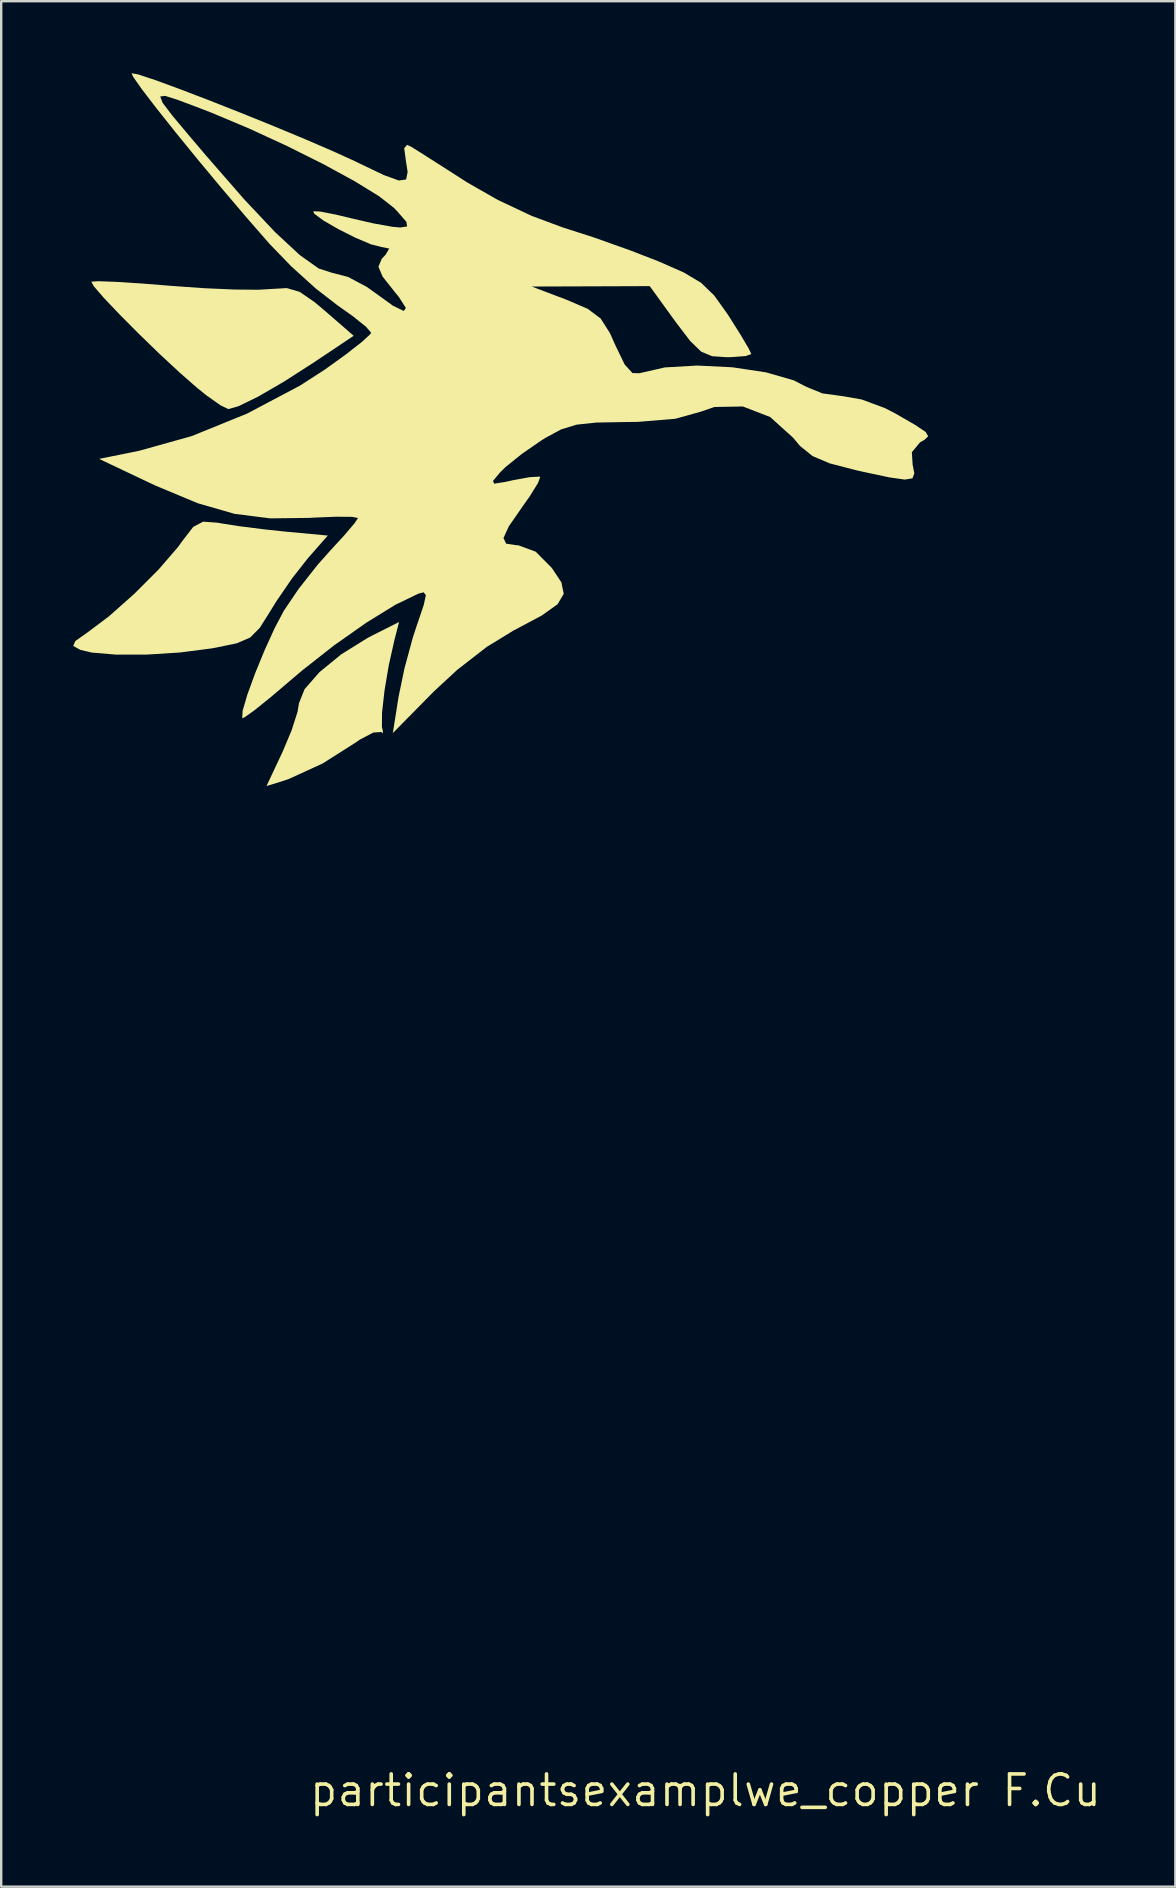
<source format=kicad_pcb>
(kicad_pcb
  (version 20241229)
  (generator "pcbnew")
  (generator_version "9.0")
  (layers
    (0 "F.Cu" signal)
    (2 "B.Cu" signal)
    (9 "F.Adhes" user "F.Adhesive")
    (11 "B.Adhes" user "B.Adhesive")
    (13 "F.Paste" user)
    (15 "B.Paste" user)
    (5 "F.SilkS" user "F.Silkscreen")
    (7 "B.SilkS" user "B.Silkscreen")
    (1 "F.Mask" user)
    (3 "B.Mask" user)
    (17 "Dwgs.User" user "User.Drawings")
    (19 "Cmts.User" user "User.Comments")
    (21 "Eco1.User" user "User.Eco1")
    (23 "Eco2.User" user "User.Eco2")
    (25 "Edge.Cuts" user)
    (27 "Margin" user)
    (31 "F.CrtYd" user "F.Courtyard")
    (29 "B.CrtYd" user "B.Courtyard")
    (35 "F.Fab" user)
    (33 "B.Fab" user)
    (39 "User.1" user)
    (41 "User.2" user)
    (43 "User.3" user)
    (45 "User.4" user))
  (footprint "participantsexamplwe_copper F.Cu"
    (layer "F.Cu")
    (at 26.342 71.549)
    (property "Reference" "participantsexamplwe_copper F.Cu" (at 0 0 0) (layer "F.SilkS") (effects (font (size 1.27 1.27) (thickness 0.15))))
    (attr board_only exclude_from_pos_files exclude_from_bom)
    (fp_poly (pts (xy -12.962 -47.919) (xy -13.195 -46.877) (xy -13.372 -45.825) (xy -13.474 -44.919) (xy -13.481 -44.313) (xy -13.447 -44.18) (xy -13.435 -44.046) (xy -13.509 -44.101) (xy -13.841 -44.077) (xy -14.402 -43.782) (xy -14.577 -43.66) (xy -15.952 -42.788) (xy -17.36 -42.143) (xy -17.68 -42.036) (xy -18.289 -41.85) (xy -17.614 -43.285) (xy -17.242 -44.172) (xy -16.995 -44.942) (xy -16.936 -45.3) (xy -16.703 -45.884) (xy -16.08 -46.597) (xy -15.17 -47.34) (xy -14.081 -48.018) (xy -13.886 -48.12) (xy -12.765 -48.685)) (stroke (width 0) (type solid)) (fill yes) (layer "F.SilkS"))
    (fp_poly (pts (xy -24.56 -62.856) (xy -23.508 -62.789) (xy -22.291 -62.692) (xy -20.918 -62.593) (xy -19.645 -62.536) (xy -18.627 -62.527) (xy -18.086 -62.559) (xy -17.444 -62.596) (xy -16.909 -62.44) (xy -16.287 -62.013) (xy -15.863 -61.656) (xy -14.657 -60.609) (xy -16.273 -59.527) (xy -17.554 -58.703) (xy -18.646 -58.069) (xy -19.462 -57.672) (xy -19.88 -57.555) (xy -20.213 -57.717) (xy -20.794 -58.129) (xy -21.174 -58.434) (xy -21.908 -59.077) (xy -22.751 -59.86) (xy -23.616 -60.699) (xy -24.417 -61.505) (xy -25.069 -62.192) (xy -25.486 -62.675) (xy -25.588 -62.864) (xy -25.29 -62.883)) (stroke (width 0) (type solid)) (fill yes) (layer "F.SilkS"))
    (fp_poly (pts (xy -20.325 -52.821) (xy -20.211 -52.799) (xy -19.414 -52.674) (xy -18.341 -52.539) (xy -17.495 -52.45) (xy -15.735 -52.286) (xy -16.564 -51.34) (xy -17.216 -50.512) (xy -17.89 -49.528) (xy -18.13 -49.137) (xy -18.565 -48.445) (xy -18.969 -48.037) (xy -19.524 -47.798) (xy -20.411 -47.614) (xy -20.585 -47.583) (xy -21.899 -47.413) (xy -23.278 -47.326) (xy -24.558 -47.325) (xy -25.576 -47.411) (xy -26.048 -47.524) (xy -26.342 -47.688) (xy -26.253 -47.892) (xy -25.774 -48.229) (xy -24.848 -48.925) (xy -23.791 -49.864) (xy -22.776 -50.881) (xy -21.977 -51.807) (xy -21.793 -52.061) (xy -21.341 -52.647) (xy -20.927 -52.865)) (stroke (width 0) (type solid)) (fill yes) (layer "F.SilkS"))
    (fp_poly (pts (xy -23.627 -71.496) (xy -22.937 -71.267) (xy -21.934 -70.9) (xy -20.711 -70.432) (xy -19.363 -69.9) (xy -17.985 -69.343) (xy -16.672 -68.796) (xy -15.516 -68.298) (xy -14.613 -67.887) (xy -14.415 -67.79) (xy -13.394 -67.302) (xy -12.772 -67.078) (xy -12.47 -67.122) (xy -12.409 -67.438) (xy -12.476 -67.865) (xy -12.552 -68.426) (xy -12.432 -68.563) (xy -12.265 -68.487) (xy -11.868 -68.24) (xy -11.147 -67.781) (xy -10.236 -67.197) (xy -9.911 -66.989) (xy -8.648 -66.268) (xy -7.235 -65.603) (xy -5.961 -65.129) (xy -5.951 -65.126) (xy -4.624 -64.698) (xy -3.144 -64.171) (xy -1.969 -63.716) (xy -0.904 -63.248) (xy -0.185 -62.819) (xy 0.359 -62.295) (xy 0.899 -61.542) (xy 0.967 -61.439) (xy 1.454 -60.667) (xy 1.795 -60.09) (xy 1.912 -59.847) (xy 1.67 -59.764) (xy 1.069 -59.719) (xy 0.867 -59.717) (xy 0.274 -59.758) (xy -0.179 -59.948) (xy -0.635 -60.39) (xy -1.239 -61.183) (xy -1.25 -61.197) (xy -2.322 -62.678) (xy -4.78 -62.669) (xy -7.238 -62.661) (xy -5.776 -62.106) (xy -4.902 -61.73) (xy -4.365 -61.327) (xy -3.979 -60.72) (xy -3.754 -60.215) (xy -3.365 -59.411) (xy -3.039 -59.055) (xy -2.758 -59.048) (xy -1.692 -59.291) (xy -0.339 -59.369) (xy 1.124 -59.296) (xy 2.521 -59.086) (xy 3.675 -58.754) (xy 4.216 -58.476) (xy 4.873 -58.209) (xy 5.692 -58.096) (xy 5.704 -58.096) (xy 6.502 -57.957) (xy 7.456 -57.605) (xy 7.896 -57.381) (xy 8.737 -56.896) (xy 9.175 -56.603) (xy 9.28 -56.422) (xy 9.122 -56.272) (xy 8.941 -56.17) (xy 8.599 -55.759) (xy 8.631 -55.244) (xy 8.702 -54.876) (xy 8.624 -54.67) (xy 8.308 -54.618) (xy 7.662 -54.709) (xy 6.598 -54.936) (xy 6.264 -55.011) (xy 5.179 -55.292) (xy 4.463 -55.597) (xy 3.943 -56.015) (xy 3.653 -56.36) (xy 2.698 -57.223) (xy 1.56 -57.663) (xy 0.375 -57.643) (xy -0.2 -57.445) (xy -1.251 -57.152) (xy -2.816 -57.022) (xy -3.37 -57.015) (xy -4.55 -56.994) (xy -5.369 -56.906) (xy -6.01 -56.709) (xy -6.656 -56.362) (xy -6.843 -56.245) (xy -7.65 -55.687) (xy -8.329 -55.14) (xy -8.555 -54.918) (xy -8.85 -54.564) (xy -8.806 -54.448) (xy -8.343 -54.52) (xy -8.017 -54.592) (xy -7.334 -54.717) (xy -6.922 -54.742) (xy -6.884 -54.728) (xy -6.975 -54.477) (xy -7.312 -53.934) (xy -7.627 -53.487) (xy -8.193 -52.669) (xy -8.415 -52.183) (xy -8.304 -51.948) (xy -7.866 -51.881) (xy -7.798 -51.881) (xy -7.071 -51.613) (xy -6.399 -50.934) (xy -6.001 -50.333) (xy -5.905 -49.857) (xy -6.161 -49.425) (xy -6.82 -48.954) (xy -7.932 -48.362) (xy -7.993 -48.332) (xy -9.111 -47.647) (xy -10.342 -46.691) (xy -11.313 -45.793) (xy -13.025 -44.056) (xy -12.786 -45.568) (xy -12.54 -46.754) (xy -12.194 -48.031) (xy -12.02 -48.559) (xy -11.741 -49.381) (xy -11.649 -49.8) (xy -11.741 -49.921) (xy -11.961 -49.865) (xy -12.915 -49.404) (xy -14.13 -48.655) (xy -15.473 -47.71) (xy -16.812 -46.658) (xy -17.258 -46.278) (xy -18.105 -45.558) (xy -18.786 -45.01) (xy -19.209 -44.708) (xy -19.3 -44.674) (xy -19.283 -44.987) (xy -19.088 -45.654) (xy -18.765 -46.54) (xy -18.366 -47.513) (xy -17.945 -48.436) (xy -17.566 -49.153) (xy -16.95 -50.064) (xy -16.158 -51.068) (xy -15.655 -51.635) (xy -15.043 -52.301) (xy -14.617 -52.803) (xy -14.475 -53.017) (xy -14.725 -53.065) (xy -15.387 -53.07) (xy -16.326 -53.033) (xy -16.513 -53.021) (xy -18.137 -53.002) (xy -19.622 -53.191) (xy -21.148 -53.63) (xy -22.893 -54.358) (xy -23.215 -54.509) (xy -25.263 -55.48) (xy -23.6 -55.816) (xy -21.407 -56.429) (xy -19.096 -57.368) (xy -16.889 -58.536) (xy -15.857 -59.202) (xy -14.987 -59.828) (xy -14.322 -60.347) (xy -13.964 -60.677) (xy -13.93 -60.737) (xy -14.138 -60.98) (xy -14.681 -61.417) (xy -15.331 -61.878) (xy -16.235 -62.577) (xy -17.255 -63.5) (xy -18.168 -64.445) (xy -19.139 -65.558) (xy -20.154 -66.753) (xy -21.155 -67.955) (xy -22.083 -69.094) (xy -22.879 -70.095) (xy -23.25 -70.579) (xy -22.718 -70.579) (xy -22.619 -70.319) (xy -22.205 -69.774) (xy -21.466 -68.893) (xy -20.787 -68.094) (xy -19.218 -66.294) (xy -17.93 -64.927) (xy -16.903 -63.973) (xy -16.115 -63.413) (xy -15.548 -63.23) (xy -15.546 -63.23) (xy -14.899 -63.064) (xy -14.112 -62.647) (xy -13.792 -62.419) (xy -13.018 -61.86) (xy -12.571 -61.643) (xy -12.481 -61.767) (xy -12.778 -62.232) (xy -12.949 -62.44) (xy -13.456 -63.081) (xy -13.624 -63.487) (xy -13.49 -63.812) (xy -13.328 -63.986) (xy -13.175 -64.243) (xy -13.509 -64.311) (xy -13.937 -64.42) (xy -14.585 -64.695) (xy -15.298 -65.053) (xy -15.921 -65.414) (xy -16.299 -65.696) (xy -16.34 -65.798) (xy -16.049 -65.785) (xy -15.392 -65.657) (xy -14.757 -65.504) (xy -13.828 -65.29) (xy -13.047 -65.151) (xy -12.726 -65.121) (xy -12.43 -65.164) (xy -12.462 -65.359) (xy -12.851 -65.805) (xy -12.978 -65.937) (xy -13.598 -66.423) (xy -14.619 -67.051) (xy -15.935 -67.768) (xy -17.44 -68.519) (xy -19.026 -69.25) (xy -20.587 -69.906) (xy -21.238 -70.157) (xy -22.016 -70.448) (xy -22.513 -70.605) (xy -22.718 -70.579) (xy -23.25 -70.579) (xy -23.485 -70.886) (xy -23.842 -71.395) (xy -23.91 -71.549)) (stroke (width 0) (type solid)) (fill yes) (layer "F.SilkS")))
  (gr_rect
    (start -3 -3)
    (end 45.92 75.556)
    (stroke (width 0.1) (type default))
    (fill no)
    (layer "Edge.Cuts")))
</source>
